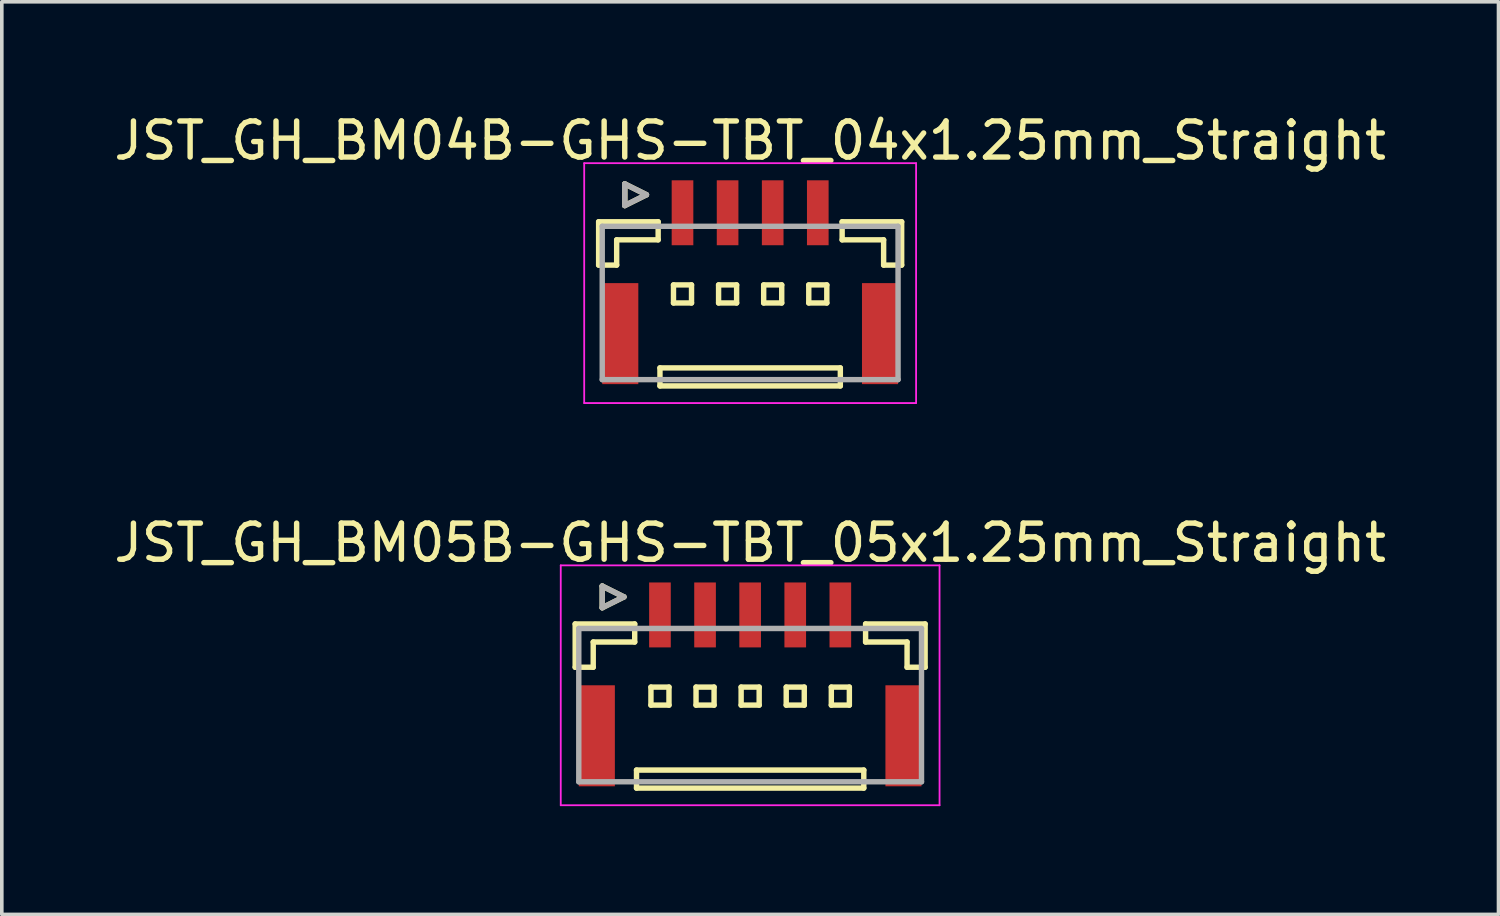
<source format=kicad_pcb>
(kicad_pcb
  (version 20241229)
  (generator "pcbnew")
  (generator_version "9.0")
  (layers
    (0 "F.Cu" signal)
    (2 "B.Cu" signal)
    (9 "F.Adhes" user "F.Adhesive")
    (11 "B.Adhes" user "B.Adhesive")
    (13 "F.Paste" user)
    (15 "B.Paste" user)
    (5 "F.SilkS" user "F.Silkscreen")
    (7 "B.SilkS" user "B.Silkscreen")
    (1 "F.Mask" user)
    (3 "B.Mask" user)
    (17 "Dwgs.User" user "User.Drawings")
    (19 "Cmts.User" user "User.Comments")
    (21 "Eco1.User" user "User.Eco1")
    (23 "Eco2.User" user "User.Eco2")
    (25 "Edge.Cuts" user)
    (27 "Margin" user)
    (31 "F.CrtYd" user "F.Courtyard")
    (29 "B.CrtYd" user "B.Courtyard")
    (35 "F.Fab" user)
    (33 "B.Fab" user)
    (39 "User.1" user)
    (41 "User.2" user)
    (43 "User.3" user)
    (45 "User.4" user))
  (footprint "JST_GH_BM04B-GHS-TBT_04x1.25mm_Straight"
    (layer "F.Cu")
    (at 17.744 4.523)
    (property "Reference" "JST_GH_BM04B-GHS-TBT_04x1.25mm_Straight" (at 0 -3.675 0) (layer "F.SilkS") (effects (font (size 1 1) (thickness 0.15))))
    (attr smd)
    (fp_line (start -4.2 -1.425) (end -2.55 -1.425) (stroke (width 0.15) (type solid)) (layer "F.SilkS"))
    (fp_line (start -4.2 -0.225) (end -4.2 -1.425) (stroke (width 0.15) (type solid)) (layer "F.SilkS"))
    (fp_line (start -3.7 -0.925) (end -3.7 -0.225) (stroke (width 0.15) (type solid)) (layer "F.SilkS"))
    (fp_line (start -3.7 -0.225) (end -4.2 -0.225) (stroke (width 0.15) (type solid)) (layer "F.SilkS"))
    (fp_line (start -3.475 -2.475) (end -3.475 -1.875) (stroke (width 0.15) (type solid)) (layer "F.SilkS"))
    (fp_line (start -3.475 -1.875) (end -2.875 -2.175) (stroke (width 0.15) (type solid)) (layer "F.SilkS"))
    (fp_line (start -2.875 -2.175) (end -3.475 -2.475) (stroke (width 0.15) (type solid)) (layer "F.SilkS"))
    (fp_line (start -2.55 -1.425) (end -2.55 -0.925) (stroke (width 0.15) (type solid)) (layer "F.SilkS"))
    (fp_line (start -2.55 -0.925) (end -3.7 -0.925) (stroke (width 0.15) (type solid)) (layer "F.SilkS"))
    (fp_line (start -2.5 2.625) (end -2.5 3.125) (stroke (width 0.15) (type solid)) (layer "F.SilkS"))
    (fp_line (start -2.5 3.125) (end 2.5 3.125) (stroke (width 0.15) (type solid)) (layer "F.SilkS"))
    (fp_line (start -2.125 0.325) (end -2.125 0.825) (stroke (width 0.15) (type solid)) (layer "F.SilkS"))
    (fp_line (start -2.125 0.825) (end -1.625 0.825) (stroke (width 0.15) (type solid)) (layer "F.SilkS"))
    (fp_line (start -1.625 0.325) (end -2.125 0.325) (stroke (width 0.15) (type solid)) (layer "F.SilkS"))
    (fp_line (start -1.625 0.825) (end -1.625 0.325) (stroke (width 0.15) (type solid)) (layer "F.SilkS"))
    (fp_line (start -0.875 0.325) (end -0.875 0.825) (stroke (width 0.15) (type solid)) (layer "F.SilkS"))
    (fp_line (start -0.875 0.825) (end -0.375 0.825) (stroke (width 0.15) (type solid)) (layer "F.SilkS"))
    (fp_line (start -0.375 0.325) (end -0.875 0.325) (stroke (width 0.15) (type solid)) (layer "F.SilkS"))
    (fp_line (start -0.375 0.825) (end -0.375 0.325) (stroke (width 0.15) (type solid)) (layer "F.SilkS"))
    (fp_line (start 0.375 0.325) (end 0.375 0.825) (stroke (width 0.15) (type solid)) (layer "F.SilkS"))
    (fp_line (start 0.375 0.825) (end 0.875 0.825) (stroke (width 0.15) (type solid)) (layer "F.SilkS"))
    (fp_line (start 0.875 0.325) (end 0.375 0.325) (stroke (width 0.15) (type solid)) (layer "F.SilkS"))
    (fp_line (start 0.875 0.825) (end 0.875 0.325) (stroke (width 0.15) (type solid)) (layer "F.SilkS"))
    (fp_line (start 1.625 0.325) (end 1.625 0.825) (stroke (width 0.15) (type solid)) (layer "F.SilkS"))
    (fp_line (start 1.625 0.825) (end 2.125 0.825) (stroke (width 0.15) (type solid)) (layer "F.SilkS"))
    (fp_line (start 2.125 0.325) (end 1.625 0.325) (stroke (width 0.15) (type solid)) (layer "F.SilkS"))
    (fp_line (start 2.125 0.825) (end 2.125 0.325) (stroke (width 0.15) (type solid)) (layer "F.SilkS"))
    (fp_line (start 2.5 2.625) (end -2.5 2.625) (stroke (width 0.15) (type solid)) (layer "F.SilkS"))
    (fp_line (start 2.5 3.125) (end 2.5 2.625) (stroke (width 0.15) (type solid)) (layer "F.SilkS"))
    (fp_line (start 2.55 -1.425) (end 2.55 -0.925) (stroke (width 0.15) (type solid)) (layer "F.SilkS"))
    (fp_line (start 2.55 -0.925) (end 3.7 -0.925) (stroke (width 0.15) (type solid)) (layer "F.SilkS"))
    (fp_line (start 3.7 -0.925) (end 3.7 -0.225) (stroke (width 0.15) (type solid)) (layer "F.SilkS"))
    (fp_line (start 3.7 -0.225) (end 4.2 -0.225) (stroke (width 0.15) (type solid)) (layer "F.SilkS"))
    (fp_line (start 4.2 -1.425) (end 2.55 -1.425) (stroke (width 0.15) (type solid)) (layer "F.SilkS"))
    (fp_line (start 4.2 -0.225) (end 4.2 -1.425) (stroke (width 0.15) (type solid)) (layer "F.SilkS"))
    (fp_line (start -4.6 -3.05) (end -4.6 3.6) (stroke (width 0.05) (type solid)) (layer "F.CrtYd"))
    (fp_line (start -4.6 3.6) (end 4.6 3.6) (stroke (width 0.05) (type solid)) (layer "F.CrtYd"))
    (fp_line (start 4.6 -3.05) (end -4.6 -3.05) (stroke (width 0.05) (type solid)) (layer "F.CrtYd"))
    (fp_line (start 4.6 3.6) (end 4.6 -3.05) (stroke (width 0.05) (type solid)) (layer "F.CrtYd"))
    (fp_line (start -4.1 -1.3) (end -4.1 2.95) (stroke (width 0.15) (type solid)) (layer "F.Fab"))
    (fp_line (start -4.1 2.95) (end 4.1 2.95) (stroke (width 0.15) (type solid)) (layer "F.Fab"))
    (fp_line (start -3.475 -2.475) (end -3.475 -1.875) (stroke (width 0.15) (type solid)) (layer "F.Fab"))
    (fp_line (start -3.475 -1.875) (end -2.875 -2.175) (stroke (width 0.15) (type solid)) (layer "F.Fab"))
    (fp_line (start -2.875 -2.175) (end -3.475 -2.475) (stroke (width 0.15) (type solid)) (layer "F.Fab"))
    (fp_line (start 4.1 -1.3) (end -4.1 -1.3) (stroke (width 0.15) (type solid)) (layer "F.Fab"))
    (fp_line (start 4.1 2.95) (end 4.1 -1.3) (stroke (width 0.15) (type solid)) (layer "F.Fab"))
    (pad "" smd rect (at -3.6 1.675) (size 1 2.8) (layers "F.Cu" "F.Mask" "F.Paste"))
    (pad "" smd rect (at 3.6 1.675) (size 1 2.8) (layers "F.Cu" "F.Mask" "F.Paste"))
    (pad "1" smd rect (at -1.875 -1.675) (size 0.6 1.8) (layers "F.Cu" "F.Mask" "F.Paste"))
    (pad "2" smd rect (at -0.625 -1.675) (size 0.6 1.8) (layers "F.Cu" "F.Mask" "F.Paste"))
    (pad "3" smd rect (at 0.625 -1.675) (size 0.6 1.8) (layers "F.Cu" "F.Mask" "F.Paste"))
    (pad "4" smd rect (at 1.875 -1.675) (size 0.6 1.8) (layers "F.Cu" "F.Mask" "F.Paste")))
  (footprint "JST_GH_BM05B-GHS-TBT_05x1.25mm_Straight"
    (layer "F.Cu")
    (at 17.744 15.671)
    (property "Reference" "JST_GH_BM05B-GHS-TBT_05x1.25mm_Straight" (at 0 -3.675 0) (layer "F.SilkS") (effects (font (size 1 1) (thickness 0.15))))
    (attr smd)
    (fp_line (start -4.85 -1.425) (end -3.2 -1.425) (stroke (width 0.15) (type solid)) (layer "F.SilkS"))
    (fp_line (start -4.85 -0.225) (end -4.85 -1.425) (stroke (width 0.15) (type solid)) (layer "F.SilkS"))
    (fp_line (start -4.35 -0.925) (end -4.35 -0.225) (stroke (width 0.15) (type solid)) (layer "F.SilkS"))
    (fp_line (start -4.35 -0.225) (end -4.85 -0.225) (stroke (width 0.15) (type solid)) (layer "F.SilkS"))
    (fp_line (start -4.1 -2.475) (end -4.1 -1.875) (stroke (width 0.15) (type solid)) (layer "F.SilkS"))
    (fp_line (start -4.1 -1.875) (end -3.5 -2.175) (stroke (width 0.15) (type solid)) (layer "F.SilkS"))
    (fp_line (start -3.5 -2.175) (end -4.1 -2.475) (stroke (width 0.15) (type solid)) (layer "F.SilkS"))
    (fp_line (start -3.2 -1.425) (end -3.2 -0.925) (stroke (width 0.15) (type solid)) (layer "F.SilkS"))
    (fp_line (start -3.2 -0.925) (end -4.35 -0.925) (stroke (width 0.15) (type solid)) (layer "F.SilkS"))
    (fp_line (start -3.15 2.625) (end -3.15 3.125) (stroke (width 0.15) (type solid)) (layer "F.SilkS"))
    (fp_line (start -3.15 3.125) (end 3.15 3.125) (stroke (width 0.15) (type solid)) (layer "F.SilkS"))
    (fp_line (start -2.75 0.325) (end -2.75 0.825) (stroke (width 0.15) (type solid)) (layer "F.SilkS"))
    (fp_line (start -2.75 0.825) (end -2.25 0.825) (stroke (width 0.15) (type solid)) (layer "F.SilkS"))
    (fp_line (start -2.25 0.325) (end -2.75 0.325) (stroke (width 0.15) (type solid)) (layer "F.SilkS"))
    (fp_line (start -2.25 0.825) (end -2.25 0.325) (stroke (width 0.15) (type solid)) (layer "F.SilkS"))
    (fp_line (start -1.5 0.325) (end -1.5 0.825) (stroke (width 0.15) (type solid)) (layer "F.SilkS"))
    (fp_line (start -1.5 0.825) (end -1 0.825) (stroke (width 0.15) (type solid)) (layer "F.SilkS"))
    (fp_line (start -1 0.325) (end -1.5 0.325) (stroke (width 0.15) (type solid)) (layer "F.SilkS"))
    (fp_line (start -1 0.825) (end -1 0.325) (stroke (width 0.15) (type solid)) (layer "F.SilkS"))
    (fp_line (start -0.25 0.325) (end -0.25 0.825) (stroke (width 0.15) (type solid)) (layer "F.SilkS"))
    (fp_line (start -0.25 0.825) (end 0.25 0.825) (stroke (width 0.15) (type solid)) (layer "F.SilkS"))
    (fp_line (start 0.25 0.325) (end -0.25 0.325) (stroke (width 0.15) (type solid)) (layer "F.SilkS"))
    (fp_line (start 0.25 0.825) (end 0.25 0.325) (stroke (width 0.15) (type solid)) (layer "F.SilkS"))
    (fp_line (start 1 0.325) (end 1 0.825) (stroke (width 0.15) (type solid)) (layer "F.SilkS"))
    (fp_line (start 1 0.825) (end 1.5 0.825) (stroke (width 0.15) (type solid)) (layer "F.SilkS"))
    (fp_line (start 1.5 0.325) (end 1 0.325) (stroke (width 0.15) (type solid)) (layer "F.SilkS"))
    (fp_line (start 1.5 0.825) (end 1.5 0.325) (stroke (width 0.15) (type solid)) (layer "F.SilkS"))
    (fp_line (start 2.25 0.325) (end 2.25 0.825) (stroke (width 0.15) (type solid)) (layer "F.SilkS"))
    (fp_line (start 2.25 0.825) (end 2.75 0.825) (stroke (width 0.15) (type solid)) (layer "F.SilkS"))
    (fp_line (start 2.75 0.325) (end 2.25 0.325) (stroke (width 0.15) (type solid)) (layer "F.SilkS"))
    (fp_line (start 2.75 0.825) (end 2.75 0.325) (stroke (width 0.15) (type solid)) (layer "F.SilkS"))
    (fp_line (start 3.15 2.625) (end -3.15 2.625) (stroke (width 0.15) (type solid)) (layer "F.SilkS"))
    (fp_line (start 3.15 3.125) (end 3.15 2.625) (stroke (width 0.15) (type solid)) (layer "F.SilkS"))
    (fp_line (start 3.2 -1.425) (end 3.2 -0.925) (stroke (width 0.15) (type solid)) (layer "F.SilkS"))
    (fp_line (start 3.2 -0.925) (end 4.35 -0.925) (stroke (width 0.15) (type solid)) (layer "F.SilkS"))
    (fp_line (start 4.35 -0.925) (end 4.35 -0.225) (stroke (width 0.15) (type solid)) (layer "F.SilkS"))
    (fp_line (start 4.35 -0.225) (end 4.85 -0.225) (stroke (width 0.15) (type solid)) (layer "F.SilkS"))
    (fp_line (start 4.85 -1.425) (end 3.2 -1.425) (stroke (width 0.15) (type solid)) (layer "F.SilkS"))
    (fp_line (start 4.85 -0.225) (end 4.85 -1.425) (stroke (width 0.15) (type solid)) (layer "F.SilkS"))
    (fp_line (start -5.25 -3.05) (end -5.25 3.6) (stroke (width 0.05) (type solid)) (layer "F.CrtYd"))
    (fp_line (start -5.25 3.6) (end 5.25 3.6) (stroke (width 0.05) (type solid)) (layer "F.CrtYd"))
    (fp_line (start 5.25 -3.05) (end -5.25 -3.05) (stroke (width 0.05) (type solid)) (layer "F.CrtYd"))
    (fp_line (start 5.25 3.6) (end 5.25 -3.05) (stroke (width 0.05) (type solid)) (layer "F.CrtYd"))
    (fp_line (start -4.75 -1.3) (end -4.75 2.95) (stroke (width 0.15) (type solid)) (layer "F.Fab"))
    (fp_line (start -4.75 2.95) (end 4.75 2.95) (stroke (width 0.15) (type solid)) (layer "F.Fab"))
    (fp_line (start -4.1 -2.475) (end -4.1 -1.875) (stroke (width 0.15) (type solid)) (layer "F.Fab"))
    (fp_line (start -4.1 -1.875) (end -3.5 -2.175) (stroke (width 0.15) (type solid)) (layer "F.Fab"))
    (fp_line (start -3.5 -2.175) (end -4.1 -2.475) (stroke (width 0.15) (type solid)) (layer "F.Fab"))
    (fp_line (start 4.75 -1.3) (end -4.75 -1.3) (stroke (width 0.15) (type solid)) (layer "F.Fab"))
    (fp_line (start 4.75 2.95) (end 4.75 -1.3) (stroke (width 0.15) (type solid)) (layer "F.Fab"))
    (pad "" smd rect (at -4.25 1.675) (size 1 2.8) (layers "F.Cu" "F.Mask" "F.Paste"))
    (pad "" smd rect (at 4.25 1.675) (size 1 2.8) (layers "F.Cu" "F.Mask" "F.Paste"))
    (pad "1" smd rect (at -2.5 -1.675) (size 0.6 1.8) (layers "F.Cu" "F.Mask" "F.Paste"))
    (pad "2" smd rect (at -1.25 -1.675) (size 0.6 1.8) (layers "F.Cu" "F.Mask" "F.Paste"))
    (pad "3" smd rect (at 0 -1.675) (size 0.6 1.8) (layers "F.Cu" "F.Mask" "F.Paste"))
    (pad "4" smd rect (at 1.25 -1.675) (size 0.6 1.8) (layers "F.Cu" "F.Mask" "F.Paste"))
    (pad "5" smd rect (at 2.5 -1.675) (size 0.6 1.8) (layers "F.Cu" "F.Mask" "F.Paste")))
  (gr_rect
    (start -3 -3)
    (end 38.488 22.297)
    (stroke (width 0.1) (type default))
    (fill no)
    (layer "Edge.Cuts")))
</source>
